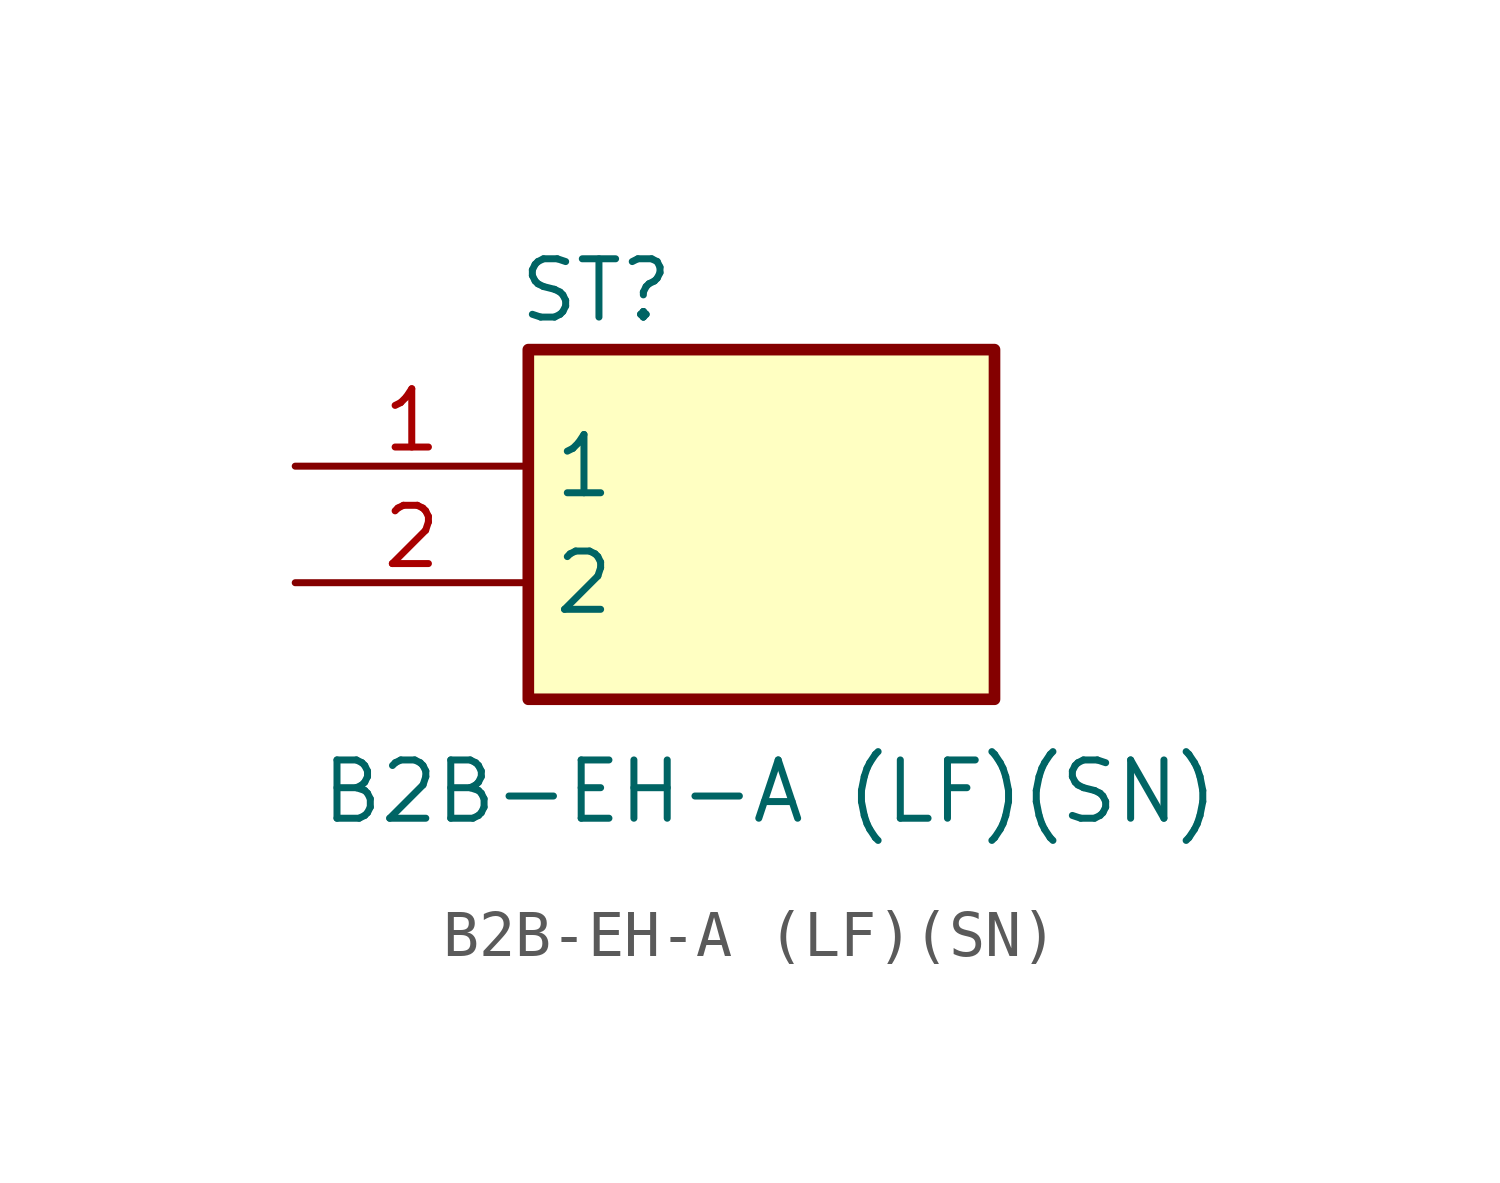
<source format=kicad_sym>
(kicad_symbol_lib
  (version 20241209)
  (generator "kicad_symbol_editor")
  (generator_version "9.0")
  (symbol "B2B-EH-A (LF)(SN)"
    (property "Reference" "ST"
      (at 4.826 4.572 0)
      (effects (font (size 1.27 1.27)) (justify left top)))
    (property "Value" "B2B-EH-A (LF)(SN)"
      (at 0.508 -6.35 0)
      (effects (font (size 1.27 1.27)) (justify left top)))
    (symbol "B2B-EH-A (LF)(SN)_1_1"
      (rectangle (start 5.08 2.54) (end 15.24 -5.08) (stroke (width 0.254) (type default)) (fill (type background)))
      (pin passive line (at 0 0 0) (length 5.08) (name "1" (effects (font (size 1.27 1.27)))) (number "1" (effects (font (size 1.27 1.27)))))
      (pin passive line (at 0 -2.54 0) (length 5.08) (name "2" (effects (font (size 1.27 1.27)))) (number "2" (effects (font (size 1.27 1.27))))))))
</source>
